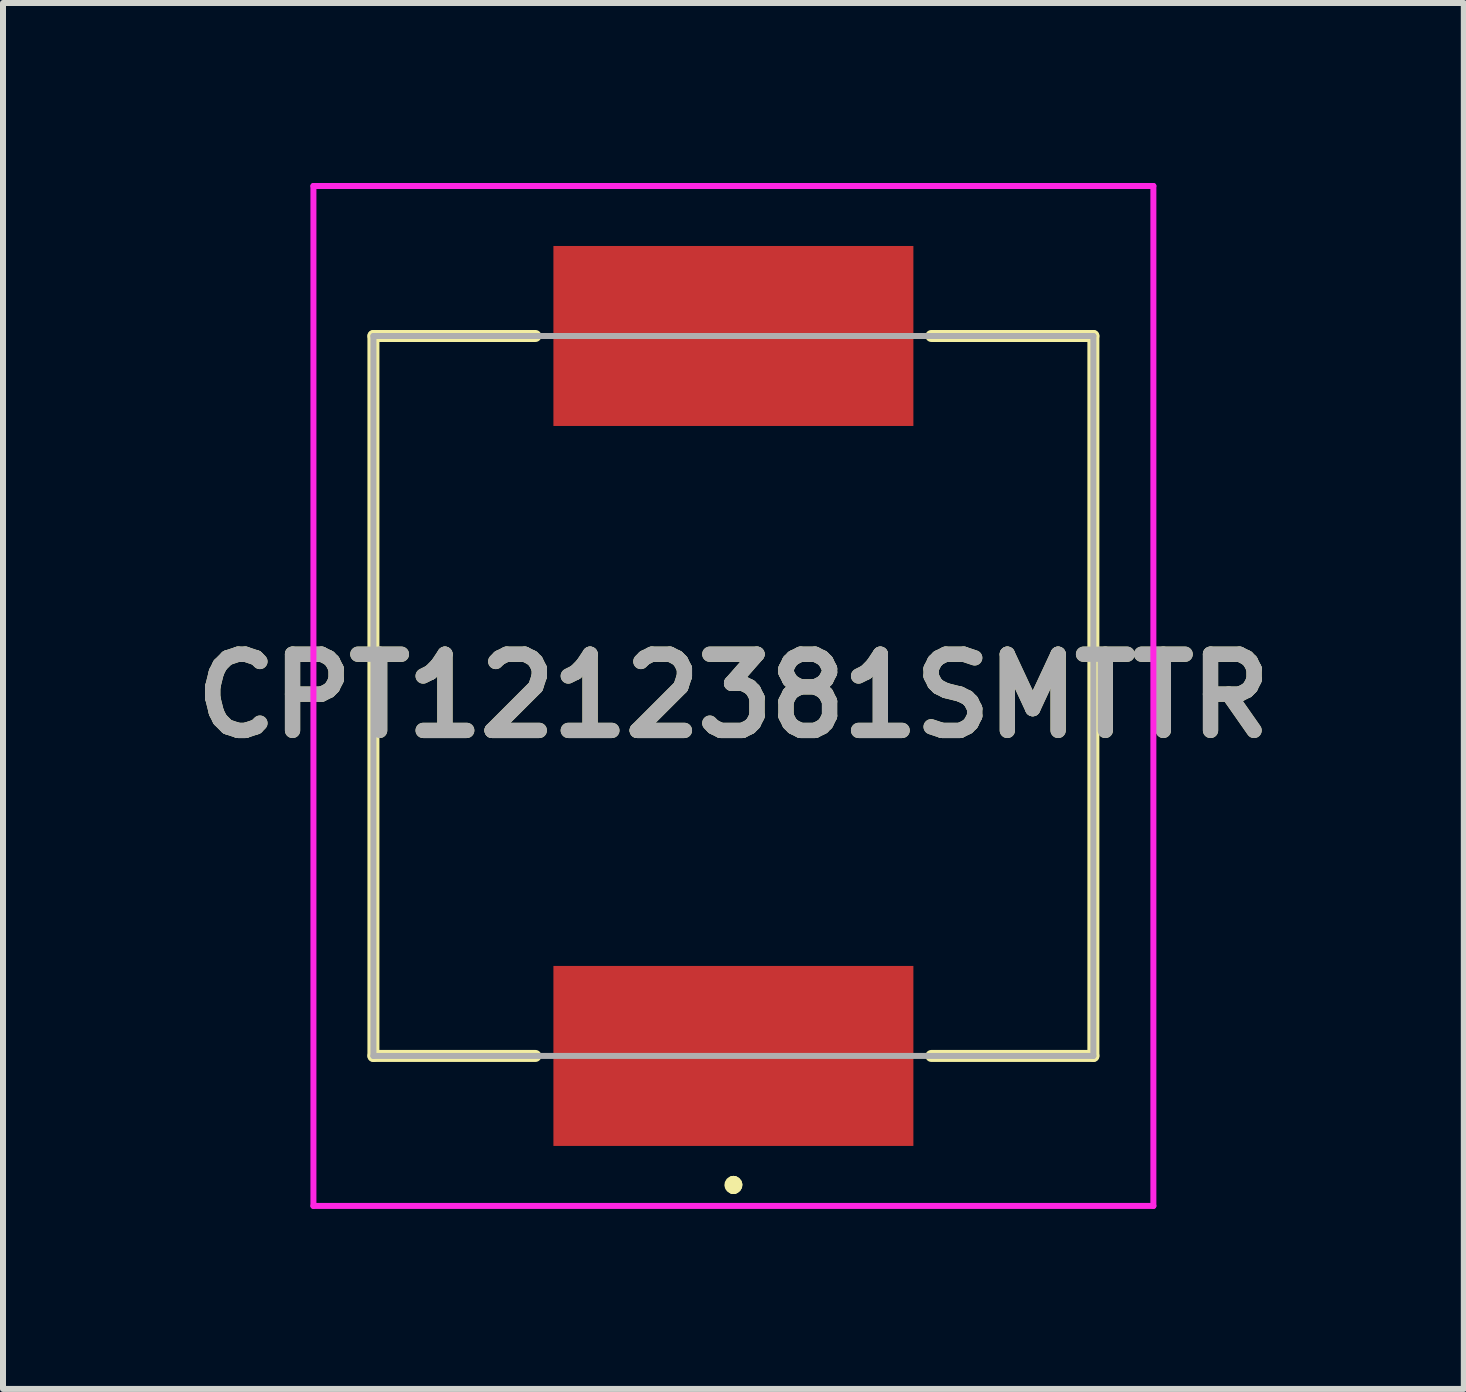
<source format=kicad_pcb>
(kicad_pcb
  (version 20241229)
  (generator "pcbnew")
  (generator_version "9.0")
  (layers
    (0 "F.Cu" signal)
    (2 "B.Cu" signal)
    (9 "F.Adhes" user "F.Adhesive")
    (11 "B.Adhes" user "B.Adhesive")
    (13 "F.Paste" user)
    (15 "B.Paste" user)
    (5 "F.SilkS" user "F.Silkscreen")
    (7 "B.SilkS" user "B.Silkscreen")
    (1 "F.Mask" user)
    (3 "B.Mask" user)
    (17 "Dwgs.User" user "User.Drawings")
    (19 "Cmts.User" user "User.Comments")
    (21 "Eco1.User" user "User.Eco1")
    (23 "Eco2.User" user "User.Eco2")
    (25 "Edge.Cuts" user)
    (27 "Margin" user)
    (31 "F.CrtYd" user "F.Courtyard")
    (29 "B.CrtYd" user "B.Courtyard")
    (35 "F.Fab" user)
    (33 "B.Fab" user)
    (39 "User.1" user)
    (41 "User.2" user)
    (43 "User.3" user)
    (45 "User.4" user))
  (footprint "CPT1212381SMTTR"
    (layer "F.Cu")
    (at 9.174 8.55)
    (property "Reference" "CPT1212381SMTTR" (at 0 0 0) (layer "F.SilkS") (effects (font (size 1.27 1.27) (thickness 0.254))))
    (attr smd)
    (fp_line (start -6 -6) (end -3.3 -6) (stroke (width 0.2) (type solid)) (layer "F.SilkS"))
    (fp_line (start -6 6) (end -6 -6) (stroke (width 0.2) (type solid)) (layer "F.SilkS"))
    (fp_line (start -3.3 6) (end -6 6) (stroke (width 0.2) (type solid)) (layer "F.SilkS"))
    (fp_line (start 0 8.1) (end 0 8.1) (stroke (width 0.2) (type solid)) (layer "F.SilkS"))
    (fp_line (start 0 8.2) (end 0 8.2) (stroke (width 0.2) (type solid)) (layer "F.SilkS"))
    (fp_line (start 0 8.2) (end 0 8.2) (stroke (width 0.2) (type solid)) (layer "F.SilkS"))
    (fp_line (start 3.3 -6) (end 6 -6) (stroke (width 0.2) (type solid)) (layer "F.SilkS"))
    (fp_line (start 6 -6) (end 6 6) (stroke (width 0.2) (type solid)) (layer "F.SilkS"))
    (fp_line (start 6 6) (end 3.3 6) (stroke (width 0.2) (type solid)) (layer "F.SilkS"))
    (fp_arc (start 0 8.1) (mid 0.05 8.15) (end 0 8.2) (stroke (width 0.2) (type solid)) (layer "F.SilkS"))
    (fp_arc (start 0 8.1) (mid 0.05 8.15) (end 0 8.2) (stroke (width 0.2) (type solid)) (layer "F.SilkS"))
    (fp_arc (start 0 8.2) (mid -0.05 8.15) (end 0 8.1) (stroke (width 0.2) (type solid)) (layer "F.SilkS"))
    (fp_line (start -7 -8.5) (end 7 -8.5) (stroke (width 0.1) (type solid)) (layer "F.CrtYd"))
    (fp_line (start -7 8.5) (end -7 -8.5) (stroke (width 0.1) (type solid)) (layer "F.CrtYd"))
    (fp_line (start 7 -8.5) (end 7 8.5) (stroke (width 0.1) (type solid)) (layer "F.CrtYd"))
    (fp_line (start 7 8.5) (end -7 8.5) (stroke (width 0.1) (type solid)) (layer "F.CrtYd"))
    (fp_line (start -6 -6) (end 6 -6) (stroke (width 0.1) (type solid)) (layer "F.Fab"))
    (fp_line (start -6 6) (end -6 -6) (stroke (width 0.1) (type solid)) (layer "F.Fab"))
    (fp_line (start 6 -6) (end 6 6) (stroke (width 0.1) (type solid)) (layer "F.Fab"))
    (fp_line (start 6 6) (end -6 6) (stroke (width 0.1) (type solid)) (layer "F.Fab"))
    (fp_text user "${REFERENCE}" (at 0 0 0) (layer "F.Fab") (effects (font (size 1.27 1.27) (thickness 0.254))))
    (pad "1" smd rect (at 0 6 90) (size 3 6) (layers "F.Cu" "F.Mask" "F.Paste"))
    (pad "2" smd rect (at 0 -6 90) (size 3 6) (layers "F.Cu" "F.Mask" "F.Paste")))
  (gr_rect
    (start -3 -3)
    (end 21.348 20.1)
    (stroke (width 0.1) (type default))
    (fill no)
    (layer "Edge.Cuts")))
</source>
